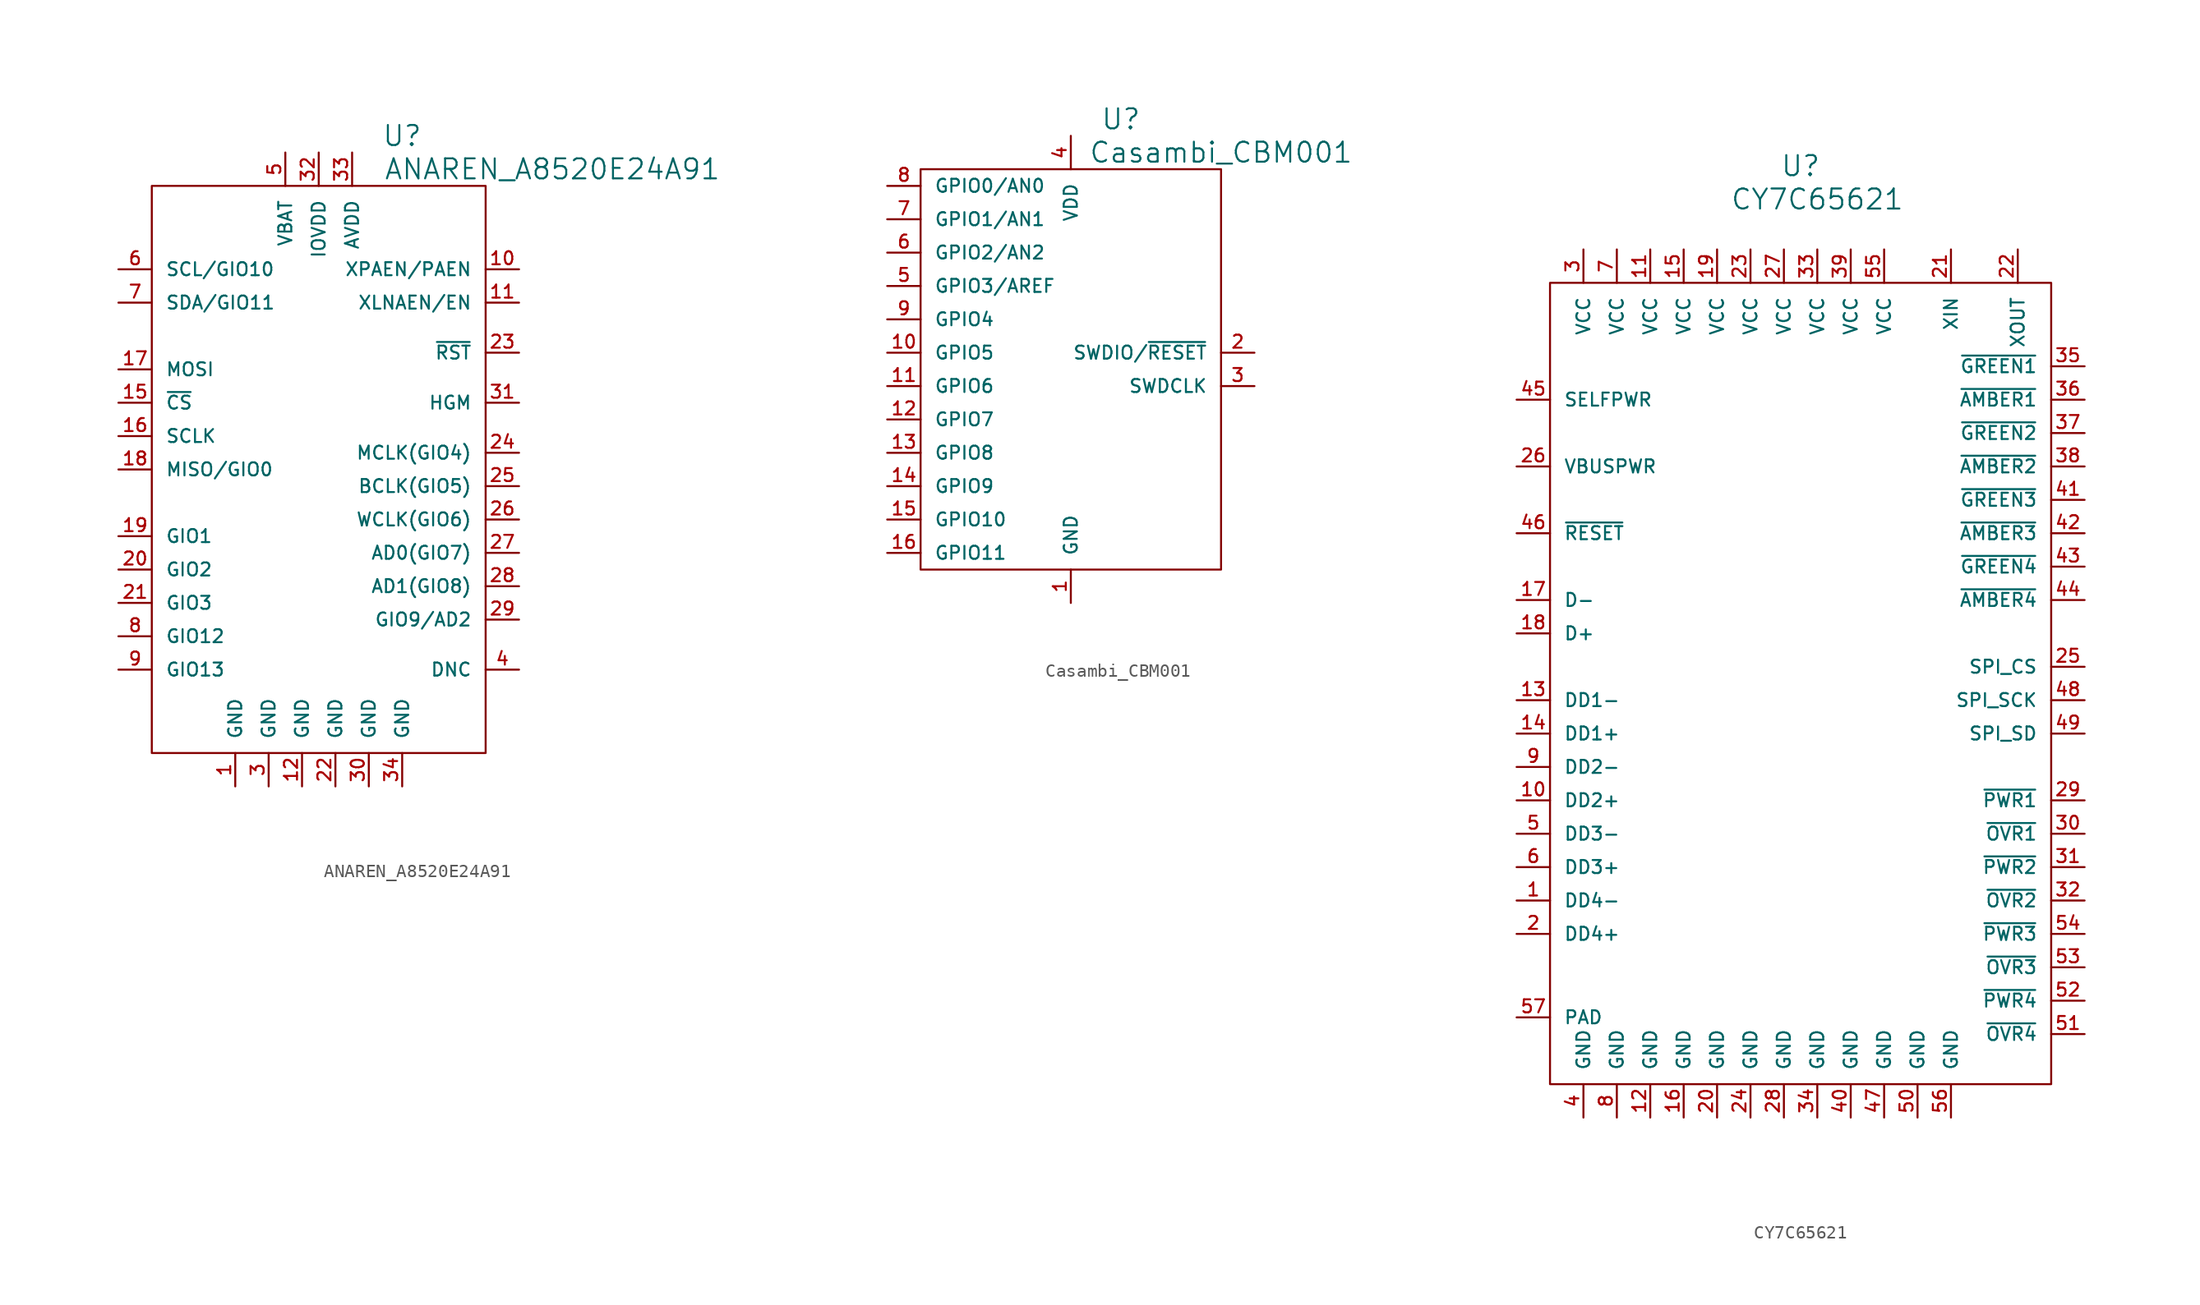
<source format=kicad_sym>
(kicad_symbol_lib
  (version 20220914)
  (generator kicad_symbol_editor)
  (symbol "ANAREN_A8520E24A91"
    (pin_names
      (offset 1.016))
    (property "Reference" "U"
      (at 6.35 25.4 0)
      (effects (font (size 1.524 1.524))))
    (property "Value" "ANAREN_A8520E24A91"
      (at 17.78 22.86 0)
      (effects (font (size 1.524 1.524))))
    (property "Footprint" ""
      (at 0 0 0)
      (effects (font (size 1.524 1.524))))
    (property "Datasheet" ""
      (at 0 0 0)
      (effects (font (size 1.524 1.524))))
    (symbol "ANAREN_A8520E24A91_0_1"
      (rectangle (start -12.7 21.59) (end 12.7 -21.59) (stroke (width 0) (type solid)) (fill (type none))))
    (symbol "ANAREN_A8520E24A91_1_1"
      (pin passive line (at -6.35 -24.13 90) (length 2.54) (name "GND" (effects (font (size 0.991 0.991)))) (number "1" (effects (font (size 0.991 0.991)))))
      (pin passive line (at 15.24 15.24 180) (length 2.54) (name "XPAEN/PAEN" (effects (font (size 0.991 0.991)))) (number "10" (effects (font (size 0.991 0.991)))))
      (pin passive line (at 15.24 12.7 180) (length 2.54) (name "XLNAEN/EN" (effects (font (size 0.991 0.991)))) (number "11" (effects (font (size 0.991 0.991)))))
      (pin passive line (at -1.27 -24.13 90) (length 2.54) (name "GND" (effects (font (size 0.991 0.991)))) (number "12" (effects (font (size 0.991 0.991)))))
      (pin passive line (at -15.24 5.08 0) (length 2.54) (name "~{CS}" (effects (font (size 0.991 0.991)))) (number "15" (effects (font (size 0.991 0.991)))))
      (pin passive line (at -15.24 2.54 0) (length 2.54) (name "SCLK" (effects (font (size 0.991 0.991)))) (number "16" (effects (font (size 0.991 0.991)))))
      (pin passive line (at -15.24 7.62 0) (length 2.54) (name "MOSI" (effects (font (size 0.991 0.991)))) (number "17" (effects (font (size 0.991 0.991)))))
      (pin passive line (at -15.24 0 0) (length 2.54) (name "MISO/GIO0" (effects (font (size 0.991 0.991)))) (number "18" (effects (font (size 0.991 0.991)))))
      (pin passive line (at -15.24 -5.08 0) (length 2.54) (name "GIO1" (effects (font (size 0.991 0.991)))) (number "19" (effects (font (size 0.991 0.991)))))
      (pin passive line (at -15.24 -7.62 0) (length 2.54) (name "GIO2" (effects (font (size 0.991 0.991)))) (number "20" (effects (font (size 0.991 0.991)))))
      (pin passive line (at -15.24 -10.16 0) (length 2.54) (name "GIO3" (effects (font (size 0.991 0.991)))) (number "21" (effects (font (size 0.991 0.991)))))
      (pin passive line (at 1.27 -24.13 90) (length 2.54) (name "GND" (effects (font (size 0.991 0.991)))) (number "22" (effects (font (size 0.991 0.991)))))
      (pin passive line (at 15.24 8.89 180) (length 2.54) (name "~{RST}" (effects (font (size 0.991 0.991)))) (number "23" (effects (font (size 0.991 0.991)))))
      (pin passive line (at 15.24 1.27 180) (length 2.54) (name "MCLK(GIO4)" (effects (font (size 0.991 0.991)))) (number "24" (effects (font (size 0.991 0.991)))))
      (pin passive line (at 15.24 -1.27 180) (length 2.54) (name "BCLK(GIO5)" (effects (font (size 0.991 0.991)))) (number "25" (effects (font (size 0.991 0.991)))))
      (pin passive line (at 15.24 -3.81 180) (length 2.54) (name "WCLK(GIO6)" (effects (font (size 0.991 0.991)))) (number "26" (effects (font (size 0.991 0.991)))))
      (pin passive line (at 15.24 -6.35 180) (length 2.54) (name "AD0(GIO7)" (effects (font (size 0.991 0.991)))) (number "27" (effects (font (size 0.991 0.991)))))
      (pin passive line (at 15.24 -8.89 180) (length 2.54) (name "AD1(GIO8)" (effects (font (size 0.991 0.991)))) (number "28" (effects (font (size 0.991 0.991)))))
      (pin passive line (at 15.24 -11.43 180) (length 2.54) (name "GIO9/AD2" (effects (font (size 0.991 0.991)))) (number "29" (effects (font (size 0.991 0.991)))))
      (pin passive line (at -3.81 -24.13 90) (length 2.54) (name "GND" (effects (font (size 0.991 0.991)))) (number "3" (effects (font (size 0.991 0.991)))))
      (pin passive line (at 3.81 -24.13 90) (length 2.54) (name "GND" (effects (font (size 0.991 0.991)))) (number "30" (effects (font (size 0.991 0.991)))))
      (pin passive line (at 15.24 5.08 180) (length 2.54) (name "HGM" (effects (font (size 0.991 0.991)))) (number "31" (effects (font (size 0.991 0.991)))))
      (pin passive line (at 0 24.13 270) (length 2.54) (name "IOVDD" (effects (font (size 0.991 0.991)))) (number "32" (effects (font (size 0.991 0.991)))))
      (pin passive line (at 2.54 24.13 270) (length 2.54) (name "AVDD" (effects (font (size 0.991 0.991)))) (number "33" (effects (font (size 0.991 0.991)))))
      (pin passive line (at 6.35 -24.13 90) (length 2.54) (name "GND" (effects (font (size 0.991 0.991)))) (number "34" (effects (font (size 0.991 0.991)))))
      (pin passive line (at 15.24 -15.24 180) (length 2.54) (name "DNC" (effects (font (size 0.991 0.991)))) (number "4" (effects (font (size 0.991 0.991)))))
      (pin passive line (at -2.54 24.13 270) (length 2.54) (name "VBAT" (effects (font (size 0.991 0.991)))) (number "5" (effects (font (size 0.991 0.991)))))
      (pin passive line (at -15.24 15.24 0) (length 2.54) (name "SCL/GIO10" (effects (font (size 0.991 0.991)))) (number "6" (effects (font (size 0.991 0.991)))))
      (pin passive line (at -15.24 12.7 0) (length 2.54) (name "SDA/GIO11" (effects (font (size 0.991 0.991)))) (number "7" (effects (font (size 0.991 0.991)))))
      (pin passive line (at -15.24 -12.7 0) (length 2.54) (name "GIO12" (effects (font (size 0.991 0.991)))) (number "8" (effects (font (size 0.991 0.991)))))
      (pin passive line (at -15.24 -15.24 0) (length 2.54) (name "GIO13" (effects (font (size 0.991 0.991)))) (number "9" (effects (font (size 0.991 0.991)))))))
  (symbol "Casambi_CBM001"
    (pin_names
      (offset 1.016))
    (property "Reference" "U"
      (at 3.81 19.05 0)
      (effects (font (size 1.524 1.524))))
    (property "Value" "Casambi_CBM001"
      (at 11.43 16.51 0)
      (effects (font (size 1.524 1.524))))
    (property "Footprint" ""
      (at 0 0 0)
      (effects (font (size 1.524 1.524))))
    (property "Datasheet" ""
      (at 0 0 0)
      (effects (font (size 1.524 1.524))))
    (symbol "Casambi_CBM001_0_1"
      (rectangle (start -11.43 15.24) (end 11.43 -15.24) (stroke (width 0) (type solid)) (fill (type none))))
    (symbol "Casambi_CBM001_1_1"
      (pin passive line (at 0 -17.78 90) (length 2.54) (name "GND" (effects (font (size 0.991 0.991)))) (number "1" (effects (font (size 0.991 0.991)))))
      (pin passive line (at -13.97 1.27 0) (length 2.54) (name "GPIO5" (effects (font (size 0.991 0.991)))) (number "10" (effects (font (size 0.991 0.991)))))
      (pin passive line (at -13.97 -1.27 0) (length 2.54) (name "GPIO6" (effects (font (size 0.991 0.991)))) (number "11" (effects (font (size 0.991 0.991)))))
      (pin passive line (at -13.97 -3.81 0) (length 2.54) (name "GPIO7" (effects (font (size 0.991 0.991)))) (number "12" (effects (font (size 0.991 0.991)))))
      (pin passive line (at -13.97 -6.35 0) (length 2.54) (name "GPIO8" (effects (font (size 0.991 0.991)))) (number "13" (effects (font (size 0.991 0.991)))))
      (pin passive line (at -13.97 -8.89 0) (length 2.54) (name "GPIO9" (effects (font (size 0.991 0.991)))) (number "14" (effects (font (size 0.991 0.991)))))
      (pin passive line (at -13.97 -11.43 0) (length 2.54) (name "GPIO10" (effects (font (size 0.991 0.991)))) (number "15" (effects (font (size 0.991 0.991)))))
      (pin passive line (at -13.97 -13.97 0) (length 2.54) (name "GPIO11" (effects (font (size 0.991 0.991)))) (number "16" (effects (font (size 0.991 0.991)))))
      (pin passive line (at 13.97 1.27 180) (length 2.54) (name "SWDIO/~{RESET}" (effects (font (size 0.991 0.991)))) (number "2" (effects (font (size 0.991 0.991)))))
      (pin passive line (at 13.97 -1.27 180) (length 2.54) (name "SWDCLK" (effects (font (size 0.991 0.991)))) (number "3" (effects (font (size 0.991 0.991)))))
      (pin passive line (at 0 17.78 270) (length 2.54) (name "VDD" (effects (font (size 0.991 0.991)))) (number "4" (effects (font (size 0.991 0.991)))))
      (pin passive line (at -13.97 6.35 0) (length 2.54) (name "GPIO3/AREF" (effects (font (size 0.991 0.991)))) (number "5" (effects (font (size 0.991 0.991)))))
      (pin passive line (at -13.97 8.89 0) (length 2.54) (name "GPIO2/AN2" (effects (font (size 0.991 0.991)))) (number "6" (effects (font (size 0.991 0.991)))))
      (pin passive line (at -13.97 11.43 0) (length 2.54) (name "GPIO1/AN1" (effects (font (size 0.991 0.991)))) (number "7" (effects (font (size 0.991 0.991)))))
      (pin passive line (at -13.97 13.97 0) (length 2.54) (name "GPIO0/AN0" (effects (font (size 0.991 0.991)))) (number "8" (effects (font (size 0.991 0.991)))))
      (pin passive line (at -13.97 3.81 0) (length 2.54) (name "GPIO4" (effects (font (size 0.991 0.991)))) (number "9" (effects (font (size 0.991 0.991)))))))
  (symbol "CY7C65621"
    (pin_names
      (offset 1.016))
    (property "Reference" "U"
      (at 0 39.37 0)
      (effects (font (size 1.524 1.524))))
    (property "Value" "CY7C65621"
      (at 1.27 36.83 0)
      (effects (font (size 1.524 1.524))))
    (property "Footprint" ""
      (at 6.35 0 0)
      (effects (font (size 1.524 1.524))))
    (property "Datasheet" ""
      (at 0 0 0)
      (effects (font (size 1.524 1.524))))
    (symbol "CY7C65621_0_1"
      (rectangle (start -19.05 30.48) (end 19.05 -30.48) (stroke (width 0) (type solid)) (fill (type none))))
    (symbol "CY7C65621_1_1"
      (pin passive line (at -21.59 -16.51 0) (length 2.54) (name "DD4-" (effects (font (size 0.991 0.991)))) (number "1" (effects (font (size 0.991 0.991)))))
      (pin passive line (at -21.59 -8.89 0) (length 2.54) (name "DD2+" (effects (font (size 0.991 0.991)))) (number "10" (effects (font (size 0.991 0.991)))))
      (pin passive line (at -11.43 33.02 270) (length 2.54) (name "VCC" (effects (font (size 0.991 0.991)))) (number "11" (effects (font (size 0.991 0.991)))))
      (pin passive line (at -11.43 -33.02 90) (length 2.54) (name "GND" (effects (font (size 0.991 0.991)))) (number "12" (effects (font (size 0.991 0.991)))))
      (pin passive line (at -21.59 -1.27 0) (length 2.54) (name "DD1-" (effects (font (size 0.991 0.991)))) (number "13" (effects (font (size 0.991 0.991)))))
      (pin passive line (at -21.59 -3.81 0) (length 2.54) (name "DD1+" (effects (font (size 0.991 0.991)))) (number "14" (effects (font (size 0.991 0.991)))))
      (pin passive line (at -8.89 33.02 270) (length 2.54) (name "VCC" (effects (font (size 0.991 0.991)))) (number "15" (effects (font (size 0.991 0.991)))))
      (pin passive line (at -8.89 -33.02 90) (length 2.54) (name "GND" (effects (font (size 0.991 0.991)))) (number "16" (effects (font (size 0.991 0.991)))))
      (pin passive line (at -21.59 6.35 0) (length 2.54) (name "D-" (effects (font (size 0.991 0.991)))) (number "17" (effects (font (size 0.991 0.991)))))
      (pin passive line (at -21.59 3.81 0) (length 2.54) (name "D+" (effects (font (size 0.991 0.991)))) (number "18" (effects (font (size 0.991 0.991)))))
      (pin passive line (at -6.35 33.02 270) (length 2.54) (name "VCC" (effects (font (size 0.991 0.991)))) (number "19" (effects (font (size 0.991 0.991)))))
      (pin passive line (at -21.59 -19.05 0) (length 2.54) (name "DD4+" (effects (font (size 0.991 0.991)))) (number "2" (effects (font (size 0.991 0.991)))))
      (pin passive line (at -6.35 -33.02 90) (length 2.54) (name "GND" (effects (font (size 0.991 0.991)))) (number "20" (effects (font (size 0.991 0.991)))))
      (pin passive line (at 11.43 33.02 270) (length 2.54) (name "XIN" (effects (font (size 0.991 0.991)))) (number "21" (effects (font (size 0.991 0.991)))))
      (pin passive line (at 16.51 33.02 270) (length 2.54) (name "XOUT" (effects (font (size 0.991 0.991)))) (number "22" (effects (font (size 0.991 0.991)))))
      (pin passive line (at -3.81 33.02 270) (length 2.54) (name "VCC" (effects (font (size 0.991 0.991)))) (number "23" (effects (font (size 0.991 0.991)))))
      (pin passive line (at -3.81 -33.02 90) (length 2.54) (name "GND" (effects (font (size 0.991 0.991)))) (number "24" (effects (font (size 0.991 0.991)))))
      (pin passive line (at 21.59 1.27 180) (length 2.54) (name "SPI_CS" (effects (font (size 0.991 0.991)))) (number "25" (effects (font (size 0.991 0.991)))))
      (pin passive line (at -21.59 16.51 0) (length 2.54) (name "VBUSPWR" (effects (font (size 0.991 0.991)))) (number "26" (effects (font (size 0.991 0.991)))))
      (pin passive line (at -1.27 33.02 270) (length 2.54) (name "VCC" (effects (font (size 0.991 0.991)))) (number "27" (effects (font (size 0.991 0.991)))))
      (pin passive line (at -1.27 -33.02 90) (length 2.54) (name "GND" (effects (font (size 0.991 0.991)))) (number "28" (effects (font (size 0.991 0.991)))))
      (pin passive line (at 21.59 -8.89 180) (length 2.54) (name "~{PWR1}" (effects (font (size 0.991 0.991)))) (number "29" (effects (font (size 0.991 0.991)))))
      (pin passive line (at -16.51 33.02 270) (length 2.54) (name "VCC" (effects (font (size 0.991 0.991)))) (number "3" (effects (font (size 0.991 0.991)))))
      (pin passive line (at 21.59 -11.43 180) (length 2.54) (name "~{OVR1}" (effects (font (size 0.991 0.991)))) (number "30" (effects (font (size 0.991 0.991)))))
      (pin passive line (at 21.59 -13.97 180) (length 2.54) (name "~{PWR2}" (effects (font (size 0.991 0.991)))) (number "31" (effects (font (size 0.991 0.991)))))
      (pin passive line (at 21.59 -16.51 180) (length 2.54) (name "~{OVR2}" (effects (font (size 0.991 0.991)))) (number "32" (effects (font (size 0.991 0.991)))))
      (pin passive line (at 1.27 33.02 270) (length 2.54) (name "VCC" (effects (font (size 0.991 0.991)))) (number "33" (effects (font (size 0.991 0.991)))))
      (pin passive line (at 1.27 -33.02 90) (length 2.54) (name "GND" (effects (font (size 0.991 0.991)))) (number "34" (effects (font (size 0.991 0.991)))))
      (pin passive line (at 21.59 24.13 180) (length 2.54) (name "~{GREEN1}" (effects (font (size 0.991 0.991)))) (number "35" (effects (font (size 0.991 0.991)))))
      (pin passive line (at 21.59 21.59 180) (length 2.54) (name "~{AMBER1}" (effects (font (size 0.991 0.991)))) (number "36" (effects (font (size 0.991 0.991)))))
      (pin passive line (at 21.59 19.05 180) (length 2.54) (name "~{GREEN2}" (effects (font (size 0.991 0.991)))) (number "37" (effects (font (size 0.991 0.991)))))
      (pin passive line (at 21.59 16.51 180) (length 2.54) (name "~{AMBER2}" (effects (font (size 0.991 0.991)))) (number "38" (effects (font (size 0.991 0.991)))))
      (pin passive line (at 3.81 33.02 270) (length 2.54) (name "VCC" (effects (font (size 0.991 0.991)))) (number "39" (effects (font (size 0.991 0.991)))))
      (pin passive line (at -16.51 -33.02 90) (length 2.54) (name "GND" (effects (font (size 0.991 0.991)))) (number "4" (effects (font (size 0.991 0.991)))))
      (pin passive line (at 3.81 -33.02 90) (length 2.54) (name "GND" (effects (font (size 0.991 0.991)))) (number "40" (effects (font (size 0.991 0.991)))))
      (pin passive line (at 21.59 13.97 180) (length 2.54) (name "~{GREEN3}" (effects (font (size 0.991 0.991)))) (number "41" (effects (font (size 0.991 0.991)))))
      (pin passive line (at 21.59 11.43 180) (length 2.54) (name "~{AMBER3}" (effects (font (size 0.991 0.991)))) (number "42" (effects (font (size 0.991 0.991)))))
      (pin passive line (at 21.59 8.89 180) (length 2.54) (name "~{GREEN4}" (effects (font (size 0.991 0.991)))) (number "43" (effects (font (size 0.991 0.991)))))
      (pin passive line (at 21.59 6.35 180) (length 2.54) (name "~{AMBER4}" (effects (font (size 0.991 0.991)))) (number "44" (effects (font (size 0.991 0.991)))))
      (pin passive line (at -21.59 21.59 0) (length 2.54) (name "SELFPWR" (effects (font (size 0.991 0.991)))) (number "45" (effects (font (size 0.991 0.991)))))
      (pin passive line (at -21.59 11.43 0) (length 2.54) (name "~{RESET}" (effects (font (size 0.991 0.991)))) (number "46" (effects (font (size 0.991 0.991)))))
      (pin passive line (at 6.35 -33.02 90) (length 2.54) (name "GND" (effects (font (size 0.991 0.991)))) (number "47" (effects (font (size 0.991 0.991)))))
      (pin passive line (at 21.59 -1.27 180) (length 2.54) (name "SPI_SCK" (effects (font (size 0.991 0.991)))) (number "48" (effects (font (size 0.991 0.991)))))
      (pin passive line (at 21.59 -3.81 180) (length 2.54) (name "SPI_SD" (effects (font (size 0.991 0.991)))) (number "49" (effects (font (size 0.991 0.991)))))
      (pin passive line (at -21.59 -11.43 0) (length 2.54) (name "DD3-" (effects (font (size 0.991 0.991)))) (number "5" (effects (font (size 0.991 0.991)))))
      (pin passive line (at 8.89 -33.02 90) (length 2.54) (name "GND" (effects (font (size 0.991 0.991)))) (number "50" (effects (font (size 0.991 0.991)))))
      (pin passive line (at 21.59 -26.67 180) (length 2.54) (name "~{OVR4}" (effects (font (size 0.991 0.991)))) (number "51" (effects (font (size 0.991 0.991)))))
      (pin passive line (at 21.59 -24.13 180) (length 2.54) (name "~{PWR4}" (effects (font (size 0.991 0.991)))) (number "52" (effects (font (size 0.991 0.991)))))
      (pin passive line (at 21.59 -21.59 180) (length 2.54) (name "~{OVR3}" (effects (font (size 0.991 0.991)))) (number "53" (effects (font (size 0.991 0.991)))))
      (pin passive line (at 21.59 -19.05 180) (length 2.54) (name "~{PWR3}" (effects (font (size 0.991 0.991)))) (number "54" (effects (font (size 0.991 0.991)))))
      (pin passive line (at 6.35 33.02 270) (length 2.54) (name "VCC" (effects (font (size 0.991 0.991)))) (number "55" (effects (font (size 0.991 0.991)))))
      (pin passive line (at 11.43 -33.02 90) (length 2.54) (name "GND" (effects (font (size 0.991 0.991)))) (number "56" (effects (font (size 0.991 0.991)))))
      (pin passive line (at -21.59 -25.4 0) (length 2.54) (name "PAD" (effects (font (size 0.991 0.991)))) (number "57" (effects (font (size 0.991 0.991)))))
      (pin passive line (at -21.59 -13.97 0) (length 2.54) (name "DD3+" (effects (font (size 0.991 0.991)))) (number "6" (effects (font (size 0.991 0.991)))))
      (pin passive line (at -13.97 33.02 270) (length 2.54) (name "VCC" (effects (font (size 0.991 0.991)))) (number "7" (effects (font (size 0.991 0.991)))))
      (pin passive line (at -13.97 -33.02 90) (length 2.54) (name "GND" (effects (font (size 0.991 0.991)))) (number "8" (effects (font (size 0.991 0.991)))))
      (pin passive line (at -21.59 -6.35 0) (length 2.54) (name "DD2-" (effects (font (size 0.991 0.991)))) (number "9" (effects (font (size 0.991 0.991))))))))
</source>
